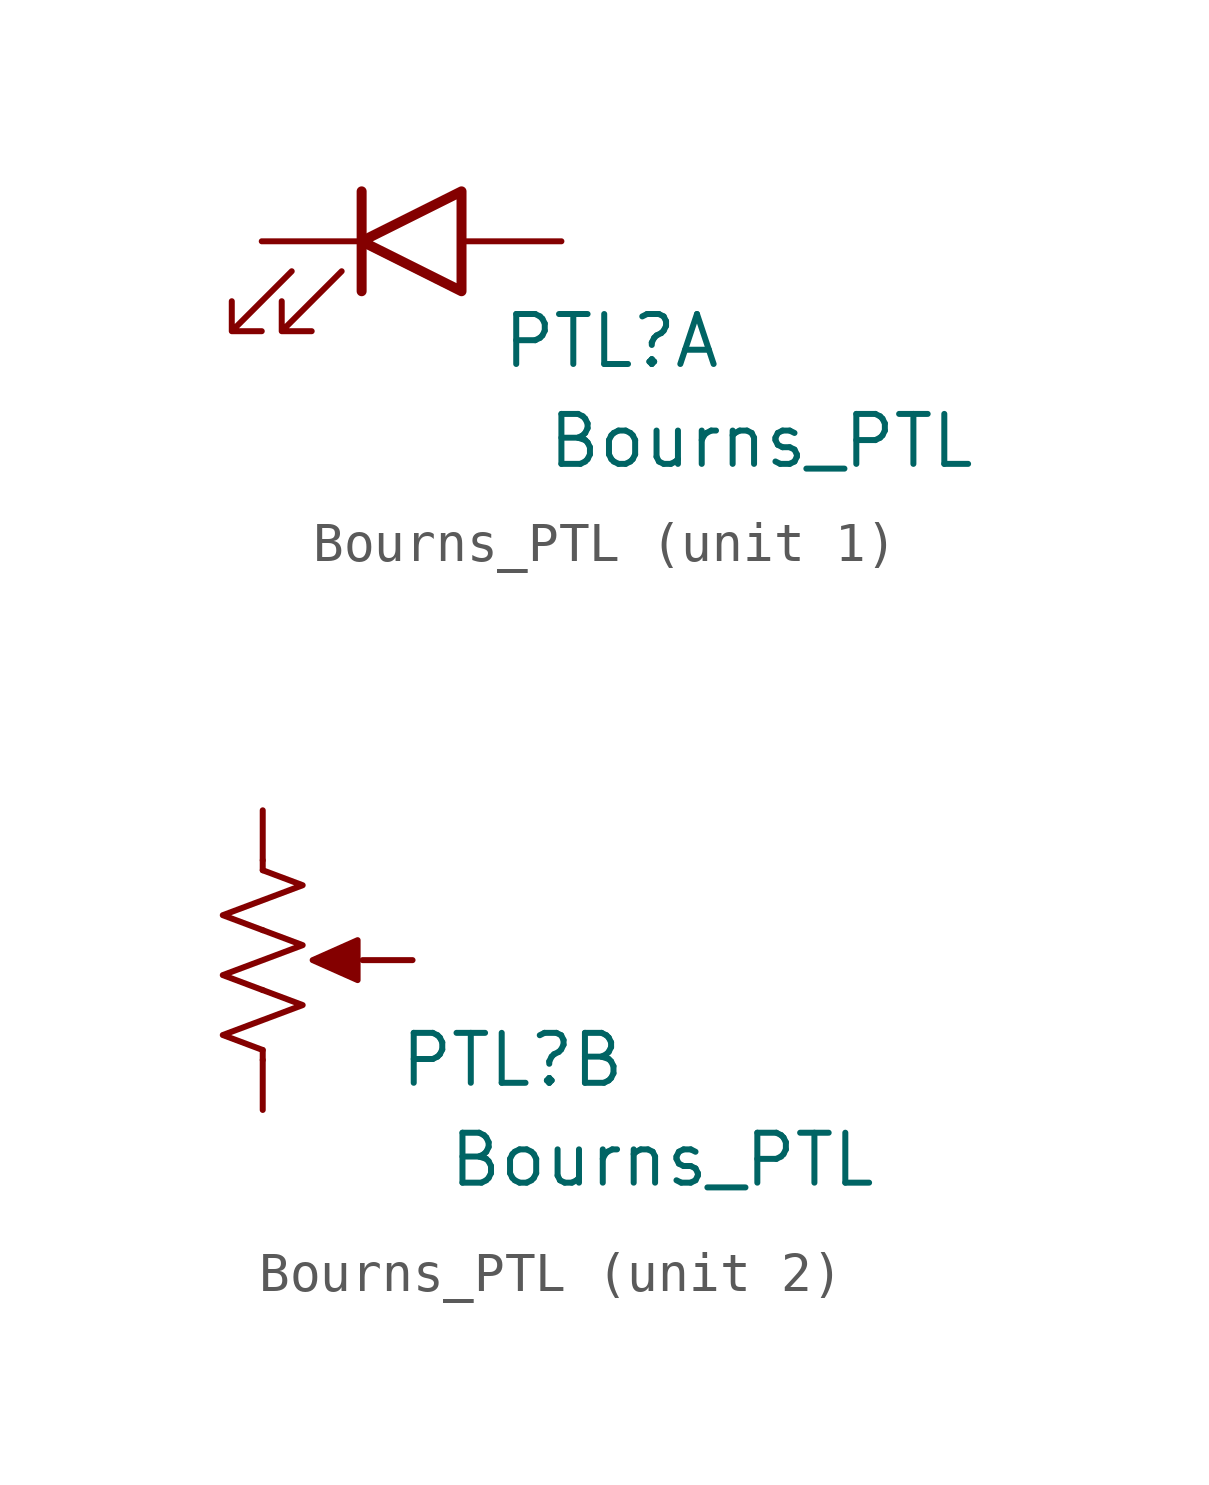
<source format=kicad_sym>
(kicad_symbol_lib
  (version 20211014)
  (generator kicad_symbol_editor)
  (symbol "Bourns_PTL"
    (pin_numbers hide)
    (pin_names hide)
    (property "Reference" "PTL"
      (at 6.35 -2.54 0)
      (effects (font (size 1.27 1.27))))
    (property "Value" "Bourns_PTL"
      (at 10.16 -5.08 0)
      (effects (font (size 1.27 1.27))))
    (property "ki_locked" ""
      (at 0 0 0)
      (effects (font (size 1.27 1.27))))
    (symbol "Bourns_PTL_1_1"
      (polyline (pts (xy 0 -1.27) (xy 0 1.27)) (stroke (width 0.254) (type default) (color 0 0 0 0)) (fill (type none)))
      (polyline (pts (xy 2.54 -1.27) (xy 2.54 1.27) (xy 0 0) (xy 2.54 -1.27)) (stroke (width 0.254) (type default) (color 0 0 0 0)) (fill (type none)))
      (polyline (pts (xy -1.778 -0.762) (xy -3.302 -2.286) (xy -2.54 -2.286) (xy -3.302 -2.286) (xy -3.302 -1.524)) (stroke (width 0) (type default) (color 0 0 0 0)) (fill (type none)))
      (polyline (pts (xy -0.508 -0.762) (xy -2.032 -2.286) (xy -1.27 -2.286) (xy -2.032 -2.286) (xy -2.032 -1.524)) (stroke (width 0) (type default) (color 0 0 0 0)) (fill (type none)))
      (pin passive line (at 5.08 0 180) (length 2.54) (name "B" (effects (font (size 1.27 1.27)))) (number "4" (effects (font (size 1.27 1.27)))))
      (pin passive line (at -2.54 0 0) (length 2.54) (name "E" (effects (font (size 1.27 1.27)))) (number "5" (effects (font (size 1.27 1.27))))))
    (symbol "Bourns_PTL_2_1"
      (polyline (pts (xy 0 -2.286) (xy 0 -2.54)) (stroke (width 0) (type default) (color 0 0 0 0)) (fill (type none)))
      (polyline (pts (xy 0 2.54) (xy 0 2.286)) (stroke (width 0) (type default) (color 0 0 0 0)) (fill (type none)))
      (polyline (pts (xy 1.27 0) (xy 2.413 0.508) (xy 2.413 -0.508) (xy 1.27 0)) (stroke (width 0) (type default) (color 0 0 0 0)) (fill (type outline)))
      (polyline (pts (xy 0 -0.762) (xy 1.016 -1.143) (xy 0 -1.524) (xy -1.016 -1.905) (xy 0 -2.286)) (stroke (width 0) (type default) (color 0 0 0 0)) (fill (type none)))
      (polyline (pts (xy 0 0.762) (xy 1.016 0.381) (xy 0 0) (xy -1.016 -0.381) (xy 0 -0.762)) (stroke (width 0) (type default) (color 0 0 0 0)) (fill (type none)))
      (polyline (pts (xy 0 2.286) (xy 1.016 1.905) (xy 0 1.524) (xy -1.016 1.143) (xy 0 0.762)) (stroke (width 0) (type default) (color 0 0 0 0)) (fill (type none)))
      (pin passive line (at 0 3.81 270) (length 1.27) (name "1" (effects (font (size 1.27 1.27)))) (number "1" (effects (font (size 1.27 1.27)))))
      (pin passive line (at 3.81 0 180) (length 1.27) (name "2" (effects (font (size 1.27 1.27)))) (number "2" (effects (font (size 1.27 1.27)))))
      (pin passive line (at 0 -3.81 90) (length 1.27) (name "3" (effects (font (size 1.27 1.27)))) (number "3" (effects (font (size 1.27 1.27))))))))
</source>
